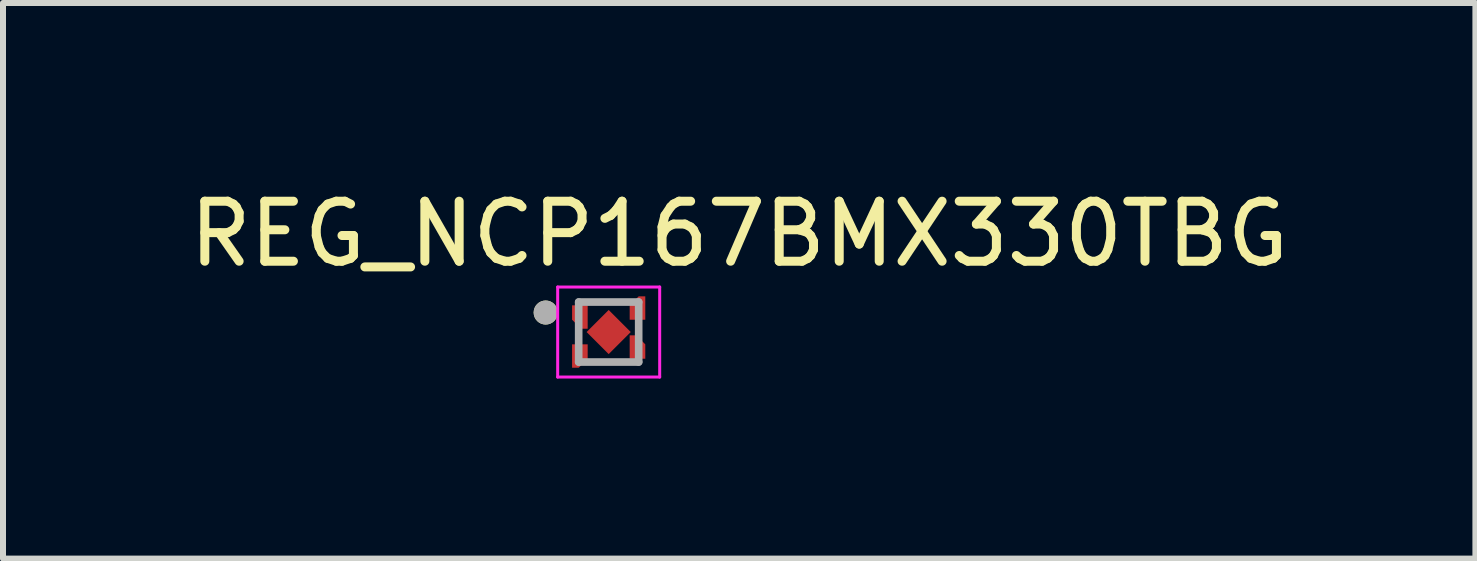
<source format=kicad_pcb>
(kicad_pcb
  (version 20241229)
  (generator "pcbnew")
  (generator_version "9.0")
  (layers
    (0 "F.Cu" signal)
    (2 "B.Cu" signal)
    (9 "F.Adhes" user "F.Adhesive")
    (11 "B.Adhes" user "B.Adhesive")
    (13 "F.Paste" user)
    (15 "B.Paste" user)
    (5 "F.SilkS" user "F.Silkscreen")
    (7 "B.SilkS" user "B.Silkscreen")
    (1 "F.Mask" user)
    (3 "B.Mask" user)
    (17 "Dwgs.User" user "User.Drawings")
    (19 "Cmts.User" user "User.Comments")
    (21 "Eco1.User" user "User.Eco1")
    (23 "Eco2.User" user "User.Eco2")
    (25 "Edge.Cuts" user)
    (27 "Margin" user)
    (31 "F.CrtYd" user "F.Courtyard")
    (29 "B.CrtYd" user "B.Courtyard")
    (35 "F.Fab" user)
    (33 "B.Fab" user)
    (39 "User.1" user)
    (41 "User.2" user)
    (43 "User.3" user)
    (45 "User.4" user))
  (footprint "REG_NCP167BMX330TBG"
    (layer "F.Cu")
    (at 7.093 2.483)
    (property "Reference" "REG_NCP167BMX330TBG" (at 2.175 -1.635 0) (layer "F.SilkS") (effects (font (size 1 1) (thickness 0.15))))
    (attr smd)
    (fp_poly (pts (xy 0 -0.4) (xy 0.4 0) (xy 0 0.4) (xy -0.4 0)) (stroke (width 0.001) (type solid)) (fill yes) (layer "F.Mask"))
    (fp_poly (pts (xy -0.65 -0.505) (xy -0.16 -0.505) (xy -0.16 -0.345) (xy -0.36 -0.145) (xy -0.65 -0.145)) (stroke (width 0.0001) (type solid)) (fill yes) (layer "F.Mask"))
    (fp_poly (pts (xy -0.65 0.505) (xy -0.16 0.505) (xy -0.16 0.345) (xy -0.36 0.145) (xy -0.65 0.145)) (stroke (width 0.0001) (type solid)) (fill yes) (layer "F.Mask"))
    (fp_poly (pts (xy 0.65 -0.505) (xy 0.16 -0.505) (xy 0.16 -0.345) (xy 0.36 -0.145) (xy 0.65 -0.145)) (stroke (width 0.0001) (type solid)) (fill yes) (layer "F.Mask"))
    (fp_poly (pts (xy 0.65 0.505) (xy 0.16 0.505) (xy 0.16 0.345) (xy 0.36 0.145) (xy 0.65 0.145)) (stroke (width 0.0001) (type solid)) (fill yes) (layer "F.Mask"))
    (fp_circle (center -1.05 -0.325) (end -0.95 -0.325) (stroke (width 0.2) (type solid)) (fill no) (layer "F.SilkS"))
    (fp_poly (pts (xy -0.164 -0.164) (xy 0.164 -0.164) (xy 0.164 0.164) (xy -0.164 0.164)) (stroke (width 0.01) (type solid)) (fill yes) (layer "F.Paste"))
    (fp_poly (pts (xy -0.6 -0.455) (xy -0.21 -0.455) (xy -0.21 -0.345) (xy -0.36 -0.195) (xy -0.6 -0.195)) (stroke (width 0.0001) (type solid)) (fill yes) (layer "F.Paste"))
    (fp_poly (pts (xy -0.6 0.455) (xy -0.21 0.455) (xy -0.21 0.345) (xy -0.36 0.195) (xy -0.6 0.195)) (stroke (width 0.0001) (type solid)) (fill yes) (layer "F.Paste"))
    (fp_poly (pts (xy 0.6 -0.455) (xy 0.21 -0.455) (xy 0.21 -0.345) (xy 0.36 -0.195) (xy 0.6 -0.195)) (stroke (width 0.0001) (type solid)) (fill yes) (layer "F.Paste"))
    (fp_poly (pts (xy 0.6 0.455) (xy 0.21 0.455) (xy 0.21 0.345) (xy 0.36 0.195) (xy 0.6 0.195)) (stroke (width 0.0001) (type solid)) (fill yes) (layer "F.Paste"))
    (fp_line (start -0.85 -0.75) (end 0.85 -0.75) (stroke (width 0.05) (type solid)) (layer "F.CrtYd"))
    (fp_line (start -0.85 0.75) (end -0.85 -0.75) (stroke (width 0.05) (type solid)) (layer "F.CrtYd"))
    (fp_line (start 0.85 -0.75) (end 0.85 0.75) (stroke (width 0.05) (type solid)) (layer "F.CrtYd"))
    (fp_line (start 0.85 0.75) (end -0.85 0.75) (stroke (width 0.05) (type solid)) (layer "F.CrtYd"))
    (fp_line (start -0.5 -0.5) (end 0.5 -0.5) (stroke (width 0.127) (type solid)) (layer "F.Fab"))
    (fp_line (start -0.5 0.5) (end -0.5 -0.5) (stroke (width 0.127) (type solid)) (layer "F.Fab"))
    (fp_line (start 0.5 -0.5) (end 0.5 0.5) (stroke (width 0.127) (type solid)) (layer "F.Fab"))
    (fp_line (start 0.5 0.5) (end -0.5 0.5) (stroke (width 0.127) (type solid)) (layer "F.Fab"))
    (fp_circle (center -1.05 -0.325) (end -0.95 -0.325) (stroke (width 0.2) (type solid)) (fill no) (layer "F.Fab"))
    (pad "1" smd custom (at -0.48 -0.325 270) (size 0.1 0.1) (layers "F.Cu") (options (anchor rect)) (primitives (gr_poly (pts (xy 0.27 -0.13) (xy -0.12 -0.13) (xy -0.12 0.13) (xy 0.12 0.13) (xy 0.27 -0.02)) (width 0.0001) (fill yes))))
    (pad "2" smd custom (at -0.48 0.325 270) (size 0.1 0.1) (layers "F.Cu") (options (anchor rect)) (primitives (gr_poly (pts (xy 0.27 0.13) (xy -0.12 0.13) (xy -0.12 -0.13) (xy 0.06 -0.13) (xy 0.12 -0.13) (xy 0.27 0.02)) (width 0.0001) (fill yes))))
    (pad "3" smd custom (at 0.48 0.325 270) (size 0.1 0.1) (layers "F.Cu") (options (anchor rect)) (primitives (gr_poly (pts (xy -0.27 0.13) (xy 0.12 0.13) (xy 0.12 -0.13) (xy -0.12 -0.13) (xy -0.27 0.02)) (width 0.0001) (fill yes))))
    (pad "4" smd custom (at 0.48 -0.325 270) (size 0.1 0.1) (layers "F.Cu") (options (anchor rect)) (primitives (gr_poly (pts (xy -0.27 -0.13) (xy 0.12 -0.13) (xy 0.12 0.13) (xy -0.06 0.13) (xy -0.12 0.13) (xy -0.27 -0.02)) (width 0.0001) (fill yes))))
    (pad "5" smd rect (at 0 0 315) (size 0.52 0.52) (layers "F.Cu")))
  (gr_rect
    (start -3 -3)
    (end 21.536 6.258)
    (stroke (width 0.1) (type default))
    (fill no)
    (layer "Edge.Cuts")))
</source>
